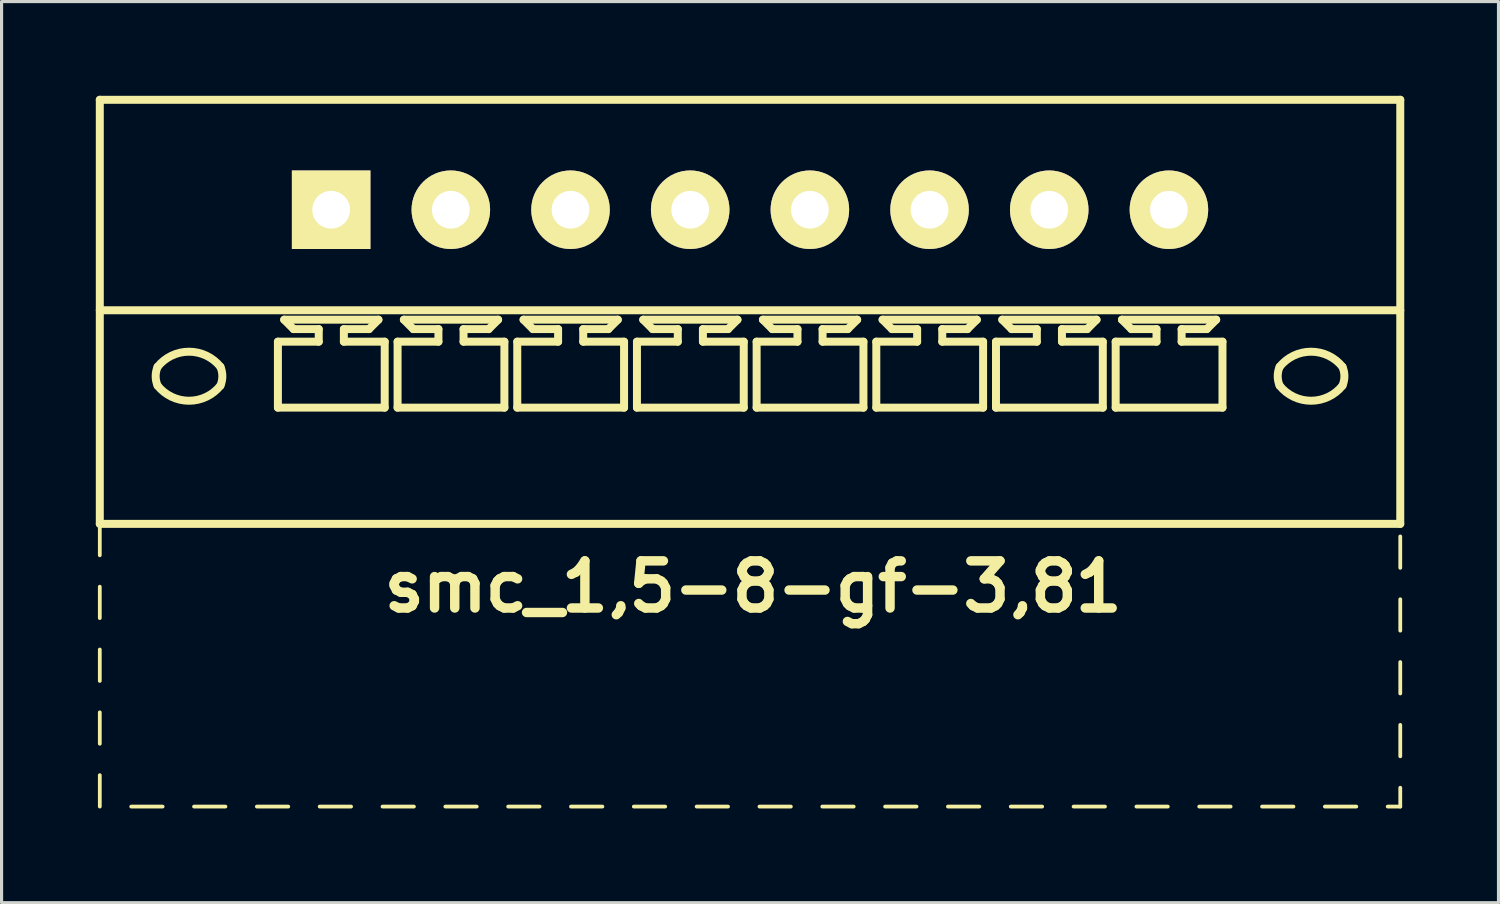
<source format=kicad_pcb>
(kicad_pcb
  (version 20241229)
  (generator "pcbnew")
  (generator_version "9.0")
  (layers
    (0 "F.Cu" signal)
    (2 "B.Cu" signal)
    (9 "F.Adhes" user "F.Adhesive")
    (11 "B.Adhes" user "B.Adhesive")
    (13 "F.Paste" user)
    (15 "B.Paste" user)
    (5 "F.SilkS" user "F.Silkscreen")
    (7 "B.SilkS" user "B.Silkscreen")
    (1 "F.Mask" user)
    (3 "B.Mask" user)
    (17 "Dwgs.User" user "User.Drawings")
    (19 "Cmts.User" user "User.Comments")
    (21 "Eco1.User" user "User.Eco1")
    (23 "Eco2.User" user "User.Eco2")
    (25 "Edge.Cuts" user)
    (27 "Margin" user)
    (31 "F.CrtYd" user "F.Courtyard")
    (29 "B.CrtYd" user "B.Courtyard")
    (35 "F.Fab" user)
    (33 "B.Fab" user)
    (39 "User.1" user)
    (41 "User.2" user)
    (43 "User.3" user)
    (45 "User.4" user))
  (footprint "smc_1,5-8-gf-3,81"
    (layer "F.Cu")
    (at 20.827 3.627)
    (property "Reference" "smc_1,5-8-gf-3,81" (at 0.1 12 0) (layer "F.SilkS") (effects (font (size 1.5 1.5) (thickness 0.3))))
    (attr through_hole)
    (fp_line (start -20.7 -3.5) (end -20.7 10) (stroke (width 0.254) (type solid)) (layer "F.SilkS"))
    (fp_line (start -20.7 -3.5) (end 20.7 -3.5) (stroke (width 0.254) (type solid)) (layer "F.SilkS"))
    (fp_line (start -20.7 3.2) (end 20.7 3.2) (stroke (width 0.254) (type solid)) (layer "F.SilkS"))
    (fp_line (start -20.7 10) (end -20.7 11) (stroke (width 0.12) (type solid)) (layer "F.SilkS"))
    (fp_line (start -20.7 10) (end 20.7 10) (stroke (width 0.254) (type solid)) (layer "F.SilkS"))
    (fp_line (start -20.7 12) (end -20.7 13) (stroke (width 0.12) (type solid)) (layer "F.SilkS"))
    (fp_line (start -20.7 14) (end -20.7 15) (stroke (width 0.12) (type solid)) (layer "F.SilkS"))
    (fp_line (start -20.7 16) (end -20.7 17) (stroke (width 0.12) (type solid)) (layer "F.SilkS"))
    (fp_line (start -20.7 18) (end -20.7 19) (stroke (width 0.12) (type solid)) (layer "F.SilkS"))
    (fp_line (start -19.7 19) (end -18.7 19) (stroke (width 0.12) (type solid)) (layer "F.SilkS"))
    (fp_line (start -17.7 19) (end -16.7 19) (stroke (width 0.12) (type solid)) (layer "F.SilkS"))
    (fp_line (start -15.7 19) (end -14.7 19) (stroke (width 0.12) (type solid)) (layer "F.SilkS"))
    (fp_line (start -15.03 4.2) (end -13.73 4.2) (stroke (width 0.254) (type solid)) (layer "F.SilkS"))
    (fp_line (start -15.03 6.3) (end -15.03 4.2) (stroke (width 0.254) (type solid)) (layer "F.SilkS"))
    (fp_line (start -14.83 3.5) (end -11.83 3.5) (stroke (width 0.254) (type solid)) (layer "F.SilkS"))
    (fp_line (start -14.53 3.8) (end -14.83 3.5) (stroke (width 0.254) (type solid)) (layer "F.SilkS"))
    (fp_line (start -13.73 3.8) (end -14.53 3.8) (stroke (width 0.254) (type solid)) (layer "F.SilkS"))
    (fp_line (start -13.73 4.2) (end -13.73 3.8) (stroke (width 0.254) (type solid)) (layer "F.SilkS"))
    (fp_line (start -13.7 19) (end -12.7 19) (stroke (width 0.12) (type solid)) (layer "F.SilkS"))
    (fp_line (start -12.93 3.8) (end -12.93 4.2) (stroke (width 0.254) (type solid)) (layer "F.SilkS"))
    (fp_line (start -12.93 4.2) (end -11.63 4.2) (stroke (width 0.254) (type solid)) (layer "F.SilkS"))
    (fp_line (start -12.13 3.8) (end -12.93 3.8) (stroke (width 0.254) (type solid)) (layer "F.SilkS"))
    (fp_line (start -12.13 3.8) (end -11.83 3.5) (stroke (width 0.254) (type solid)) (layer "F.SilkS"))
    (fp_line (start -11.7 19) (end -10.7 19) (stroke (width 0.12) (type solid)) (layer "F.SilkS"))
    (fp_line (start -11.63 4.2) (end -11.63 6.3) (stroke (width 0.254) (type solid)) (layer "F.SilkS"))
    (fp_line (start -11.63 6.3) (end -15.03 6.3) (stroke (width 0.254) (type solid)) (layer "F.SilkS"))
    (fp_line (start -11.22 4.2) (end -9.92 4.2) (stroke (width 0.254) (type solid)) (layer "F.SilkS"))
    (fp_line (start -11.22 6.3) (end -11.22 4.2) (stroke (width 0.254) (type solid)) (layer "F.SilkS"))
    (fp_line (start -11.02 3.5) (end -8.02 3.5) (stroke (width 0.254) (type solid)) (layer "F.SilkS"))
    (fp_line (start -10.72 3.8) (end -11.02 3.5) (stroke (width 0.254) (type solid)) (layer "F.SilkS"))
    (fp_line (start -9.92 3.8) (end -10.72 3.8) (stroke (width 0.254) (type solid)) (layer "F.SilkS"))
    (fp_line (start -9.92 4.2) (end -9.92 3.8) (stroke (width 0.254) (type solid)) (layer "F.SilkS"))
    (fp_line (start -9.7 19) (end -8.7 19) (stroke (width 0.12) (type solid)) (layer "F.SilkS"))
    (fp_line (start -9.12 3.8) (end -9.12 4.2) (stroke (width 0.254) (type solid)) (layer "F.SilkS"))
    (fp_line (start -9.12 4.2) (end -7.82 4.2) (stroke (width 0.254) (type solid)) (layer "F.SilkS"))
    (fp_line (start -8.32 3.8) (end -9.12 3.8) (stroke (width 0.254) (type solid)) (layer "F.SilkS"))
    (fp_line (start -8.32 3.8) (end -8.02 3.5) (stroke (width 0.254) (type solid)) (layer "F.SilkS"))
    (fp_line (start -7.82 4.2) (end -7.82 6.3) (stroke (width 0.254) (type solid)) (layer "F.SilkS"))
    (fp_line (start -7.82 6.3) (end -11.22 6.3) (stroke (width 0.254) (type solid)) (layer "F.SilkS"))
    (fp_line (start -7.7 19) (end -6.7 19) (stroke (width 0.12) (type solid)) (layer "F.SilkS"))
    (fp_line (start -7.41 4.2) (end -6.11 4.2) (stroke (width 0.254) (type solid)) (layer "F.SilkS"))
    (fp_line (start -7.41 6.3) (end -7.41 4.2) (stroke (width 0.254) (type solid)) (layer "F.SilkS"))
    (fp_line (start -7.21 3.5) (end -4.21 3.5) (stroke (width 0.254) (type solid)) (layer "F.SilkS"))
    (fp_line (start -6.91 3.8) (end -7.21 3.5) (stroke (width 0.254) (type solid)) (layer "F.SilkS"))
    (fp_line (start -6.11 3.8) (end -6.91 3.8) (stroke (width 0.254) (type solid)) (layer "F.SilkS"))
    (fp_line (start -6.11 4.2) (end -6.11 3.8) (stroke (width 0.254) (type solid)) (layer "F.SilkS"))
    (fp_line (start -5.7 19) (end -4.7 19) (stroke (width 0.12) (type solid)) (layer "F.SilkS"))
    (fp_line (start -5.31 3.8) (end -5.31 4.2) (stroke (width 0.254) (type solid)) (layer "F.SilkS"))
    (fp_line (start -5.31 4.2) (end -4.01 4.2) (stroke (width 0.254) (type solid)) (layer "F.SilkS"))
    (fp_line (start -4.51 3.8) (end -5.31 3.8) (stroke (width 0.254) (type solid)) (layer "F.SilkS"))
    (fp_line (start -4.51 3.8) (end -4.21 3.5) (stroke (width 0.254) (type solid)) (layer "F.SilkS"))
    (fp_line (start -4.01 4.2) (end -4.01 6.3) (stroke (width 0.254) (type solid)) (layer "F.SilkS"))
    (fp_line (start -4.01 6.3) (end -7.41 6.3) (stroke (width 0.254) (type solid)) (layer "F.SilkS"))
    (fp_line (start -3.7 19) (end -2.7 19) (stroke (width 0.12) (type solid)) (layer "F.SilkS"))
    (fp_line (start -3.6 4.2) (end -2.3 4.2) (stroke (width 0.254) (type solid)) (layer "F.SilkS"))
    (fp_line (start -3.6 6.3) (end -3.6 4.2) (stroke (width 0.254) (type solid)) (layer "F.SilkS"))
    (fp_line (start -3.4 3.5) (end -0.4 3.5) (stroke (width 0.254) (type solid)) (layer "F.SilkS"))
    (fp_line (start -3.1 3.8) (end -3.4 3.5) (stroke (width 0.254) (type solid)) (layer "F.SilkS"))
    (fp_line (start -2.3 3.8) (end -3.1 3.8) (stroke (width 0.254) (type solid)) (layer "F.SilkS"))
    (fp_line (start -2.3 4.2) (end -2.3 3.8) (stroke (width 0.254) (type solid)) (layer "F.SilkS"))
    (fp_line (start -1.7 19) (end -0.7 19) (stroke (width 0.12) (type solid)) (layer "F.SilkS"))
    (fp_line (start -1.5 3.8) (end -1.5 4.2) (stroke (width 0.254) (type solid)) (layer "F.SilkS"))
    (fp_line (start -1.5 4.2) (end -0.2 4.2) (stroke (width 0.254) (type solid)) (layer "F.SilkS"))
    (fp_line (start -0.7 3.8) (end -1.5 3.8) (stroke (width 0.254) (type solid)) (layer "F.SilkS"))
    (fp_line (start -0.7 3.8) (end -0.4 3.5) (stroke (width 0.254) (type solid)) (layer "F.SilkS"))
    (fp_line (start -0.2 4.2) (end -0.2 6.3) (stroke (width 0.254) (type solid)) (layer "F.SilkS"))
    (fp_line (start -0.2 6.3) (end -3.6 6.3) (stroke (width 0.254) (type solid)) (layer "F.SilkS"))
    (fp_line (start 0.21 4.2) (end 1.51 4.2) (stroke (width 0.254) (type solid)) (layer "F.SilkS"))
    (fp_line (start 0.21 6.3) (end 0.21 4.2) (stroke (width 0.254) (type solid)) (layer "F.SilkS"))
    (fp_line (start 0.3 19) (end 1.3 19) (stroke (width 0.12) (type solid)) (layer "F.SilkS"))
    (fp_line (start 0.41 3.5) (end 3.41 3.5) (stroke (width 0.254) (type solid)) (layer "F.SilkS"))
    (fp_line (start 0.71 3.8) (end 0.41 3.5) (stroke (width 0.254) (type solid)) (layer "F.SilkS"))
    (fp_line (start 1.51 3.8) (end 0.71 3.8) (stroke (width 0.254) (type solid)) (layer "F.SilkS"))
    (fp_line (start 1.51 4.2) (end 1.51 3.8) (stroke (width 0.254) (type solid)) (layer "F.SilkS"))
    (fp_line (start 2.3 19) (end 3.3 19) (stroke (width 0.12) (type solid)) (layer "F.SilkS"))
    (fp_line (start 2.31 3.8) (end 2.31 4.2) (stroke (width 0.254) (type solid)) (layer "F.SilkS"))
    (fp_line (start 2.31 4.2) (end 3.61 4.2) (stroke (width 0.254) (type solid)) (layer "F.SilkS"))
    (fp_line (start 3.11 3.8) (end 2.31 3.8) (stroke (width 0.254) (type solid)) (layer "F.SilkS"))
    (fp_line (start 3.11 3.8) (end 3.41 3.5) (stroke (width 0.254) (type solid)) (layer "F.SilkS"))
    (fp_line (start 3.61 4.2) (end 3.61 6.3) (stroke (width 0.254) (type solid)) (layer "F.SilkS"))
    (fp_line (start 3.61 6.3) (end 0.21 6.3) (stroke (width 0.254) (type solid)) (layer "F.SilkS"))
    (fp_line (start 4.02 4.2) (end 5.32 4.2) (stroke (width 0.254) (type solid)) (layer "F.SilkS"))
    (fp_line (start 4.02 6.3) (end 4.02 4.2) (stroke (width 0.254) (type solid)) (layer "F.SilkS"))
    (fp_line (start 4.22 3.5) (end 7.22 3.5) (stroke (width 0.254) (type solid)) (layer "F.SilkS"))
    (fp_line (start 4.3 19) (end 5.3 19) (stroke (width 0.12) (type solid)) (layer "F.SilkS"))
    (fp_line (start 4.52 3.8) (end 4.22 3.5) (stroke (width 0.254) (type solid)) (layer "F.SilkS"))
    (fp_line (start 5.32 3.8) (end 4.52 3.8) (stroke (width 0.254) (type solid)) (layer "F.SilkS"))
    (fp_line (start 5.32 4.2) (end 5.32 3.8) (stroke (width 0.254) (type solid)) (layer "F.SilkS"))
    (fp_line (start 6.12 3.8) (end 6.12 4.2) (stroke (width 0.254) (type solid)) (layer "F.SilkS"))
    (fp_line (start 6.12 4.2) (end 7.42 4.2) (stroke (width 0.254) (type solid)) (layer "F.SilkS"))
    (fp_line (start 6.3 19) (end 7.3 19) (stroke (width 0.12) (type solid)) (layer "F.SilkS"))
    (fp_line (start 6.92 3.8) (end 6.12 3.8) (stroke (width 0.254) (type solid)) (layer "F.SilkS"))
    (fp_line (start 6.92 3.8) (end 7.22 3.5) (stroke (width 0.254) (type solid)) (layer "F.SilkS"))
    (fp_line (start 7.42 4.2) (end 7.42 6.3) (stroke (width 0.254) (type solid)) (layer "F.SilkS"))
    (fp_line (start 7.42 6.3) (end 4.02 6.3) (stroke (width 0.254) (type solid)) (layer "F.SilkS"))
    (fp_line (start 7.83 4.2) (end 9.13 4.2) (stroke (width 0.254) (type solid)) (layer "F.SilkS"))
    (fp_line (start 7.83 6.3) (end 7.83 4.2) (stroke (width 0.254) (type solid)) (layer "F.SilkS"))
    (fp_line (start 8.03 3.5) (end 11.03 3.5) (stroke (width 0.254) (type solid)) (layer "F.SilkS"))
    (fp_line (start 8.3 19) (end 9.3 19) (stroke (width 0.12) (type solid)) (layer "F.SilkS"))
    (fp_line (start 8.33 3.8) (end 8.03 3.5) (stroke (width 0.254) (type solid)) (layer "F.SilkS"))
    (fp_line (start 9.13 3.8) (end 8.33 3.8) (stroke (width 0.254) (type solid)) (layer "F.SilkS"))
    (fp_line (start 9.13 4.2) (end 9.13 3.8) (stroke (width 0.254) (type solid)) (layer "F.SilkS"))
    (fp_line (start 9.93 3.8) (end 9.93 4.2) (stroke (width 0.254) (type solid)) (layer "F.SilkS"))
    (fp_line (start 9.93 4.2) (end 11.23 4.2) (stroke (width 0.254) (type solid)) (layer "F.SilkS"))
    (fp_line (start 10.3 19) (end 11.3 19) (stroke (width 0.12) (type solid)) (layer "F.SilkS"))
    (fp_line (start 10.73 3.8) (end 9.93 3.8) (stroke (width 0.254) (type solid)) (layer "F.SilkS"))
    (fp_line (start 10.73 3.8) (end 11.03 3.5) (stroke (width 0.254) (type solid)) (layer "F.SilkS"))
    (fp_line (start 11.23 4.2) (end 11.23 6.3) (stroke (width 0.254) (type solid)) (layer "F.SilkS"))
    (fp_line (start 11.23 6.3) (end 7.83 6.3) (stroke (width 0.254) (type solid)) (layer "F.SilkS"))
    (fp_line (start 11.64 4.2) (end 12.94 4.2) (stroke (width 0.254) (type solid)) (layer "F.SilkS"))
    (fp_line (start 11.64 6.3) (end 11.64 4.2) (stroke (width 0.254) (type solid)) (layer "F.SilkS"))
    (fp_line (start 11.84 3.5) (end 14.84 3.5) (stroke (width 0.254) (type solid)) (layer "F.SilkS"))
    (fp_line (start 12.14 3.8) (end 11.84 3.5) (stroke (width 0.254) (type solid)) (layer "F.SilkS"))
    (fp_line (start 12.3 19) (end 13.3 19) (stroke (width 0.12) (type solid)) (layer "F.SilkS"))
    (fp_line (start 12.94 3.8) (end 12.14 3.8) (stroke (width 0.254) (type solid)) (layer "F.SilkS"))
    (fp_line (start 12.94 4.2) (end 12.94 3.8) (stroke (width 0.254) (type solid)) (layer "F.SilkS"))
    (fp_line (start 13.74 3.8) (end 13.74 4.2) (stroke (width 0.254) (type solid)) (layer "F.SilkS"))
    (fp_line (start 13.74 4.2) (end 15.04 4.2) (stroke (width 0.254) (type solid)) (layer "F.SilkS"))
    (fp_line (start 14.3 19) (end 15.3 19) (stroke (width 0.12) (type solid)) (layer "F.SilkS"))
    (fp_line (start 14.54 3.8) (end 13.74 3.8) (stroke (width 0.254) (type solid)) (layer "F.SilkS"))
    (fp_line (start 14.54 3.8) (end 14.84 3.5) (stroke (width 0.254) (type solid)) (layer "F.SilkS"))
    (fp_line (start 15.04 4.2) (end 15.04 6.3) (stroke (width 0.254) (type solid)) (layer "F.SilkS"))
    (fp_line (start 15.04 6.3) (end 11.64 6.3) (stroke (width 0.254) (type solid)) (layer "F.SilkS"))
    (fp_line (start 16.3 19) (end 17.3 19) (stroke (width 0.12) (type solid)) (layer "F.SilkS"))
    (fp_line (start 18.3 19) (end 19.3 19) (stroke (width 0.12) (type solid)) (layer "F.SilkS"))
    (fp_line (start 20.3 19) (end 20.7 19) (stroke (width 0.12) (type solid)) (layer "F.SilkS"))
    (fp_line (start 20.7 -3.5) (end 20.7 10) (stroke (width 0.254) (type solid)) (layer "F.SilkS"))
    (fp_line (start 20.7 11.4) (end 20.7 10.4) (stroke (width 0.12) (type solid)) (layer "F.SilkS"))
    (fp_line (start 20.7 13.4) (end 20.7 12.4) (stroke (width 0.12) (type solid)) (layer "F.SilkS"))
    (fp_line (start 20.7 15.4) (end 20.7 14.4) (stroke (width 0.12) (type solid)) (layer "F.SilkS"))
    (fp_line (start 20.7 16.4) (end 20.7 17.4) (stroke (width 0.12) (type solid)) (layer "F.SilkS"))
    (fp_line (start 20.7 18.4) (end 20.7 19) (stroke (width 0.12) (type solid)) (layer "F.SilkS"))
    (fp_arc (start -18.860274 5.000342) (mid -17.860219 4.519375) (end -16.86 5) (stroke (width 0.254) (type solid)) (layer "F.SilkS"))
    (fp_arc (start -18.859985 5.600034) (mid -18.921577 5.300019) (end -18.86 5) (stroke (width 0.254) (type solid)) (layer "F.SilkS"))
    (fp_arc (start -16.860015 4.999966) (mid -16.798423 5.299981) (end -16.86 5.6) (stroke (width 0.254) (type solid)) (layer "F.SilkS"))
    (fp_arc (start -16.859726 5.599658) (mid -17.859781 6.080625) (end -18.86 5.6) (stroke (width 0.254) (type solid)) (layer "F.SilkS"))
    (fp_arc (start 16.859726 5.000342) (mid 17.859781 4.519375) (end 18.86 5) (stroke (width 0.254) (type solid)) (layer "F.SilkS"))
    (fp_arc (start 16.860015 5.600034) (mid 16.798423 5.300019) (end 16.86 5) (stroke (width 0.254) (type solid)) (layer "F.SilkS"))
    (fp_arc (start 18.859985 4.999966) (mid 18.921577 5.299981) (end 18.86 5.6) (stroke (width 0.254) (type solid)) (layer "F.SilkS"))
    (fp_arc (start 18.860274 5.599658) (mid 17.860219 6.080625) (end 16.86 5.6) (stroke (width 0.254) (type solid)) (layer "F.SilkS"))
    (pad "1" thru_hole rect (at -13.335 0) (size 2.5 2.5) (drill 1.2) (layers "*.Cu" "*.Mask" "F.SilkS"))
    (pad "2" thru_hole circle (at -9.525 0) (size 2.5 2.5) (drill 1.2) (layers "*.Cu" "*.Mask" "F.SilkS"))
    (pad "3" thru_hole circle (at -5.715 0) (size 2.5 2.5) (drill 1.2) (layers "*.Cu" "*.Mask" "F.SilkS"))
    (pad "4" thru_hole circle (at -1.905 0) (size 2.5 2.5) (drill 1.2) (layers "*.Cu" "*.Mask" "F.SilkS"))
    (pad "5" thru_hole circle (at 1.905 0) (size 2.5 2.5) (drill 1.2) (layers "*.Cu" "*.Mask" "F.SilkS"))
    (pad "6" thru_hole circle (at 5.715 0) (size 2.5 2.5) (drill 1.2) (layers "*.Cu" "*.Mask" "F.SilkS"))
    (pad "7" thru_hole circle (at 9.525 0) (size 2.5 2.5) (drill 1.2) (layers "*.Cu" "*.Mask" "F.SilkS"))
    (pad "8" thru_hole circle (at 13.335 0) (size 2.5 2.5) (drill 1.2) (layers "*.Cu" "*.Mask" "F.SilkS")))
  (gr_rect
    (start -3 -3)
    (end 44.654 25.687)
    (stroke (width 0.1) (type default))
    (fill no)
    (layer "Edge.Cuts")))
</source>
